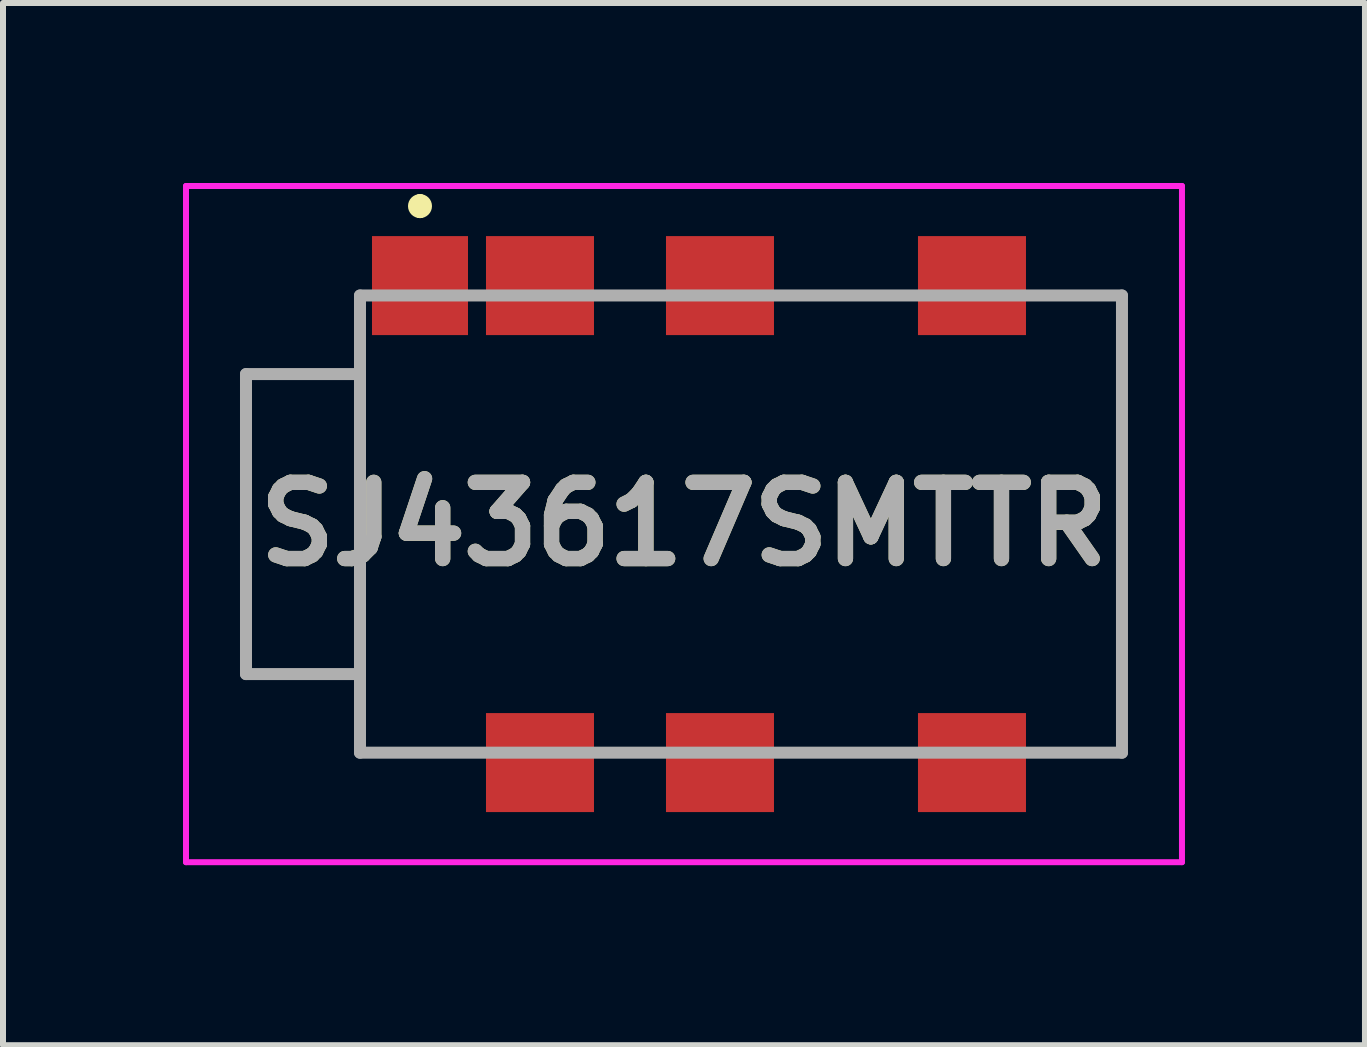
<source format=kicad_pcb>
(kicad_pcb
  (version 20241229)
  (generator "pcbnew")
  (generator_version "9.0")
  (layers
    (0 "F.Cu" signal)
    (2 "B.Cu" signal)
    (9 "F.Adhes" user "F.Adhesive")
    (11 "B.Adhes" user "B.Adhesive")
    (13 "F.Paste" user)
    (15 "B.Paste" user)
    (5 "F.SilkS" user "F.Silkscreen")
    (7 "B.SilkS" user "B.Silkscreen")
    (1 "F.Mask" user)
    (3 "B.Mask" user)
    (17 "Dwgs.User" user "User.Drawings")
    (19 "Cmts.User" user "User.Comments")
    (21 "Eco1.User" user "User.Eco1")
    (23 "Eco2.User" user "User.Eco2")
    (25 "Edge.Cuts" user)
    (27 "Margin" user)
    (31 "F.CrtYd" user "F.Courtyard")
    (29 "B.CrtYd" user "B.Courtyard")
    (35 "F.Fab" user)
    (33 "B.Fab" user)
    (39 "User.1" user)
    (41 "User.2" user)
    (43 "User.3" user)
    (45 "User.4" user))
  (footprint "SJ43617SMTTR"
    (layer "F.Cu")
    (at 8.35 5.685)
    (property "Reference" "SJ43617SMTTR" (at 0 0 0) (layer "F.SilkS") (effects (font (size 1.27 1.27) (thickness 0.254))))
    (attr smd)
    (fp_line (start -7.3 -2.5) (end -5.4 -2.5) (stroke (width 0.1) (type solid)) (layer "F.SilkS"))
    (fp_line (start -7.3 2.5) (end -7.3 -2.5) (stroke (width 0.1) (type solid)) (layer "F.SilkS"))
    (fp_line (start -5.4 2.5) (end -7.3 2.5) (stroke (width 0.1) (type solid)) (layer "F.SilkS"))
    (fp_line (start -5.4 3.81) (end -5.4 2.5) (stroke (width 0.1) (type solid)) (layer "F.SilkS"))
    (fp_line (start -4.4 -5.4) (end -4.4 -5.4) (stroke (width 0.2) (type solid)) (layer "F.SilkS"))
    (fp_line (start -4.4 -5.2) (end -4.4 -5.2) (stroke (width 0.2) (type solid)) (layer "F.SilkS"))
    (fp_line (start -3.9 3.81) (end -5.4 3.81) (stroke (width 0.1) (type solid)) (layer "F.SilkS"))
    (fp_line (start 2.1 -3.81) (end 3.1 -3.81) (stroke (width 0.1) (type solid)) (layer "F.SilkS"))
    (fp_line (start 6.6 -3.81) (end 7.3 -3.81) (stroke (width 0.1) (type solid)) (layer "F.SilkS"))
    (fp_line (start 7.3 -3.81) (end 7.3 3.81) (stroke (width 0.1) (type solid)) (layer "F.SilkS"))
    (fp_line (start 7.3 3.81) (end 6.6 3.81) (stroke (width 0.1) (type solid)) (layer "F.SilkS"))
    (fp_arc (start -4.4 -5.4) (mid -4.3 -5.3) (end -4.4 -5.2) (stroke (width 0.2) (type solid)) (layer "F.SilkS"))
    (fp_arc (start -4.4 -5.2) (mid -4.5 -5.3) (end -4.4 -5.4) (stroke (width 0.2) (type solid)) (layer "F.SilkS"))
    (fp_line (start -8.3 -5.635) (end 8.3 -5.635) (stroke (width 0.1) (type solid)) (layer "F.CrtYd"))
    (fp_line (start -8.3 5.635) (end -8.3 -5.635) (stroke (width 0.1) (type solid)) (layer "F.CrtYd"))
    (fp_line (start 8.3 -5.635) (end 8.3 5.635) (stroke (width 0.1) (type solid)) (layer "F.CrtYd"))
    (fp_line (start 8.3 5.635) (end -8.3 5.635) (stroke (width 0.1) (type solid)) (layer "F.CrtYd"))
    (fp_line (start -7.3 -2.5) (end -7.3 2.5) (stroke (width 0.2) (type solid)) (layer "F.Fab"))
    (fp_line (start -7.3 2.5) (end -5.4 2.5) (stroke (width 0.2) (type solid)) (layer "F.Fab"))
    (fp_line (start -5.4 -3.81) (end 7.3 -3.81) (stroke (width 0.2) (type solid)) (layer "F.Fab"))
    (fp_line (start -5.4 -2.5) (end -7.3 -2.5) (stroke (width 0.2) (type solid)) (layer "F.Fab"))
    (fp_line (start -5.4 2.5) (end -5.4 -2.5) (stroke (width 0.2) (type solid)) (layer "F.Fab"))
    (fp_line (start -5.4 3.81) (end -5.4 -3.81) (stroke (width 0.2) (type solid)) (layer "F.Fab"))
    (fp_line (start 7.3 -3.81) (end 7.3 3.81) (stroke (width 0.2) (type solid)) (layer "F.Fab"))
    (fp_line (start 7.3 3.81) (end -5.4 3.81) (stroke (width 0.2) (type solid)) (layer "F.Fab"))
    (fp_text user "${REFERENCE}" (at 0 0 0) (layer "F.Fab") (effects (font (size 1.27 1.27) (thickness 0.254))))
    (pad "1" smd rect (at -4.4 -3.975) (size 1.6 1.65) (layers "F.Cu" "F.Mask" "F.Paste"))
    (pad "2" smd rect (at 4.8 3.975 90) (size 1.65 1.8) (layers "F.Cu" "F.Mask" "F.Paste"))
    (pad "3" smd rect (at 0.6 3.975 90) (size 1.65 1.8) (layers "F.Cu" "F.Mask" "F.Paste"))
    (pad "4" smd rect (at -2.4 3.975 90) (size 1.65 1.8) (layers "F.Cu" "F.Mask" "F.Paste"))
    (pad "10" smd rect (at 4.8 -3.975 90) (size 1.65 1.8) (layers "F.Cu" "F.Mask" "F.Paste"))
    (pad "11" smd rect (at 0.6 -3.975 90) (size 1.65 1.8) (layers "F.Cu" "F.Mask" "F.Paste"))
    (pad "12" smd rect (at -2.4 -3.975 90) (size 1.65 1.8) (layers "F.Cu" "F.Mask" "F.Paste")))
  (gr_rect
    (start -3 -3)
    (end 19.7 14.37)
    (stroke (width 0.1) (type default))
    (fill no)
    (layer "Edge.Cuts")))
</source>
